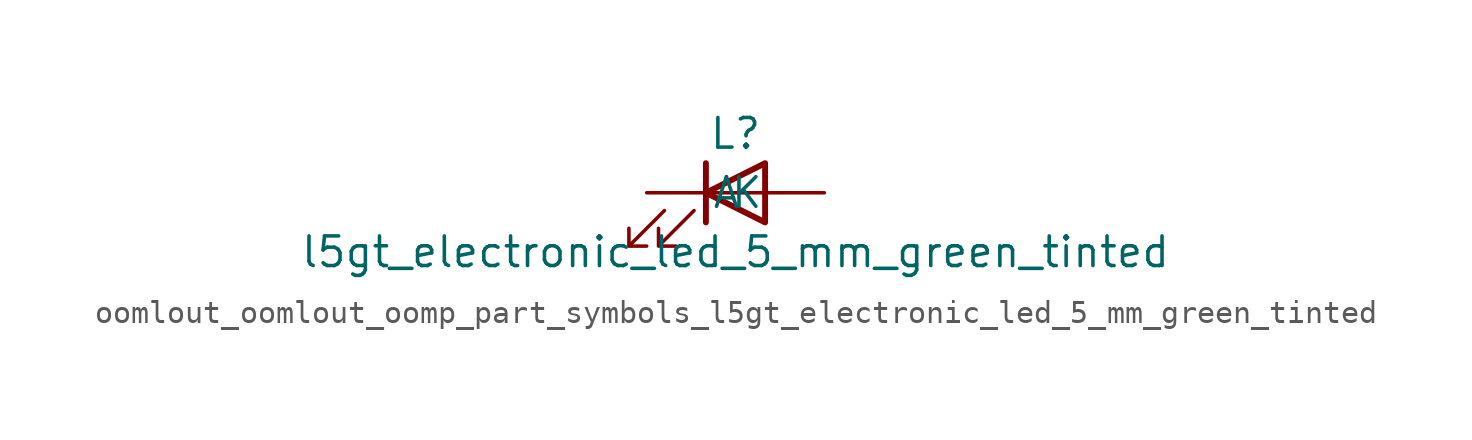
<source format=kicad_sym>
(kicad_symbol_lib
  (version 20220914)
  (generator kicad_symbol_editor)
  (symbol "oomlout_oomlout_oomp_part_symbols_l5gt_electronic_led_5_mm_green_tinted"
    (pin_numbers hide)
    (pin_names
      (offset 1.016))
    (property "Reference" "L"
      (at 0 2.54 0)
      (effects (font (size 1.27 1.27))))
    (property "Value" "l5gt_electronic_led_5_mm_green_tinted"
      (at 0 -2.54 0)
      (effects (font (size 1.27 1.27))))
    (symbol "oomlout_oomlout_oomp_part_symbols_l5gt_electronic_led_5_mm_green_tinted_0_1"
      (polyline (pts (xy -1.27 -1.27) (xy -1.27 1.27)) (stroke (width 0.254) (type default)) (fill (type none)))
      (polyline (pts (xy -1.27 0) (xy 1.27 0)) (stroke (width 0) (type default)) (fill (type none)))
      (polyline (pts (xy 1.27 -1.27) (xy 1.27 1.27) (xy -1.27 0) (xy 1.27 -1.27)) (stroke (width 0.254) (type default)) (fill (type none)))
      (polyline (pts (xy -3.048 -0.762) (xy -4.572 -2.286) (xy -3.81 -2.286) (xy -4.572 -2.286) (xy -4.572 -1.524)) (stroke (width 0) (type default)) (fill (type none)))
      (polyline (pts (xy -1.778 -0.762) (xy -3.302 -2.286) (xy -2.54 -2.286) (xy -3.302 -2.286) (xy -3.302 -1.524)) (stroke (width 0) (type default)) (fill (type none))))
    (symbol "oomlout_oomlout_oomp_part_symbols_l5gt_electronic_led_5_mm_green_tinted_1_1"
      (pin passive line (at -3.81 0 0) (length 2.54) (name "K" (effects (font (size 1.27 1.27)))) (number "1" (effects (font (size 1.27 1.27)))))
      (pin passive line (at 3.81 0 180) (length 2.54) (name "A" (effects (font (size 1.27 1.27)))) (number "2" (effects (font (size 1.27 1.27))))))))
</source>
